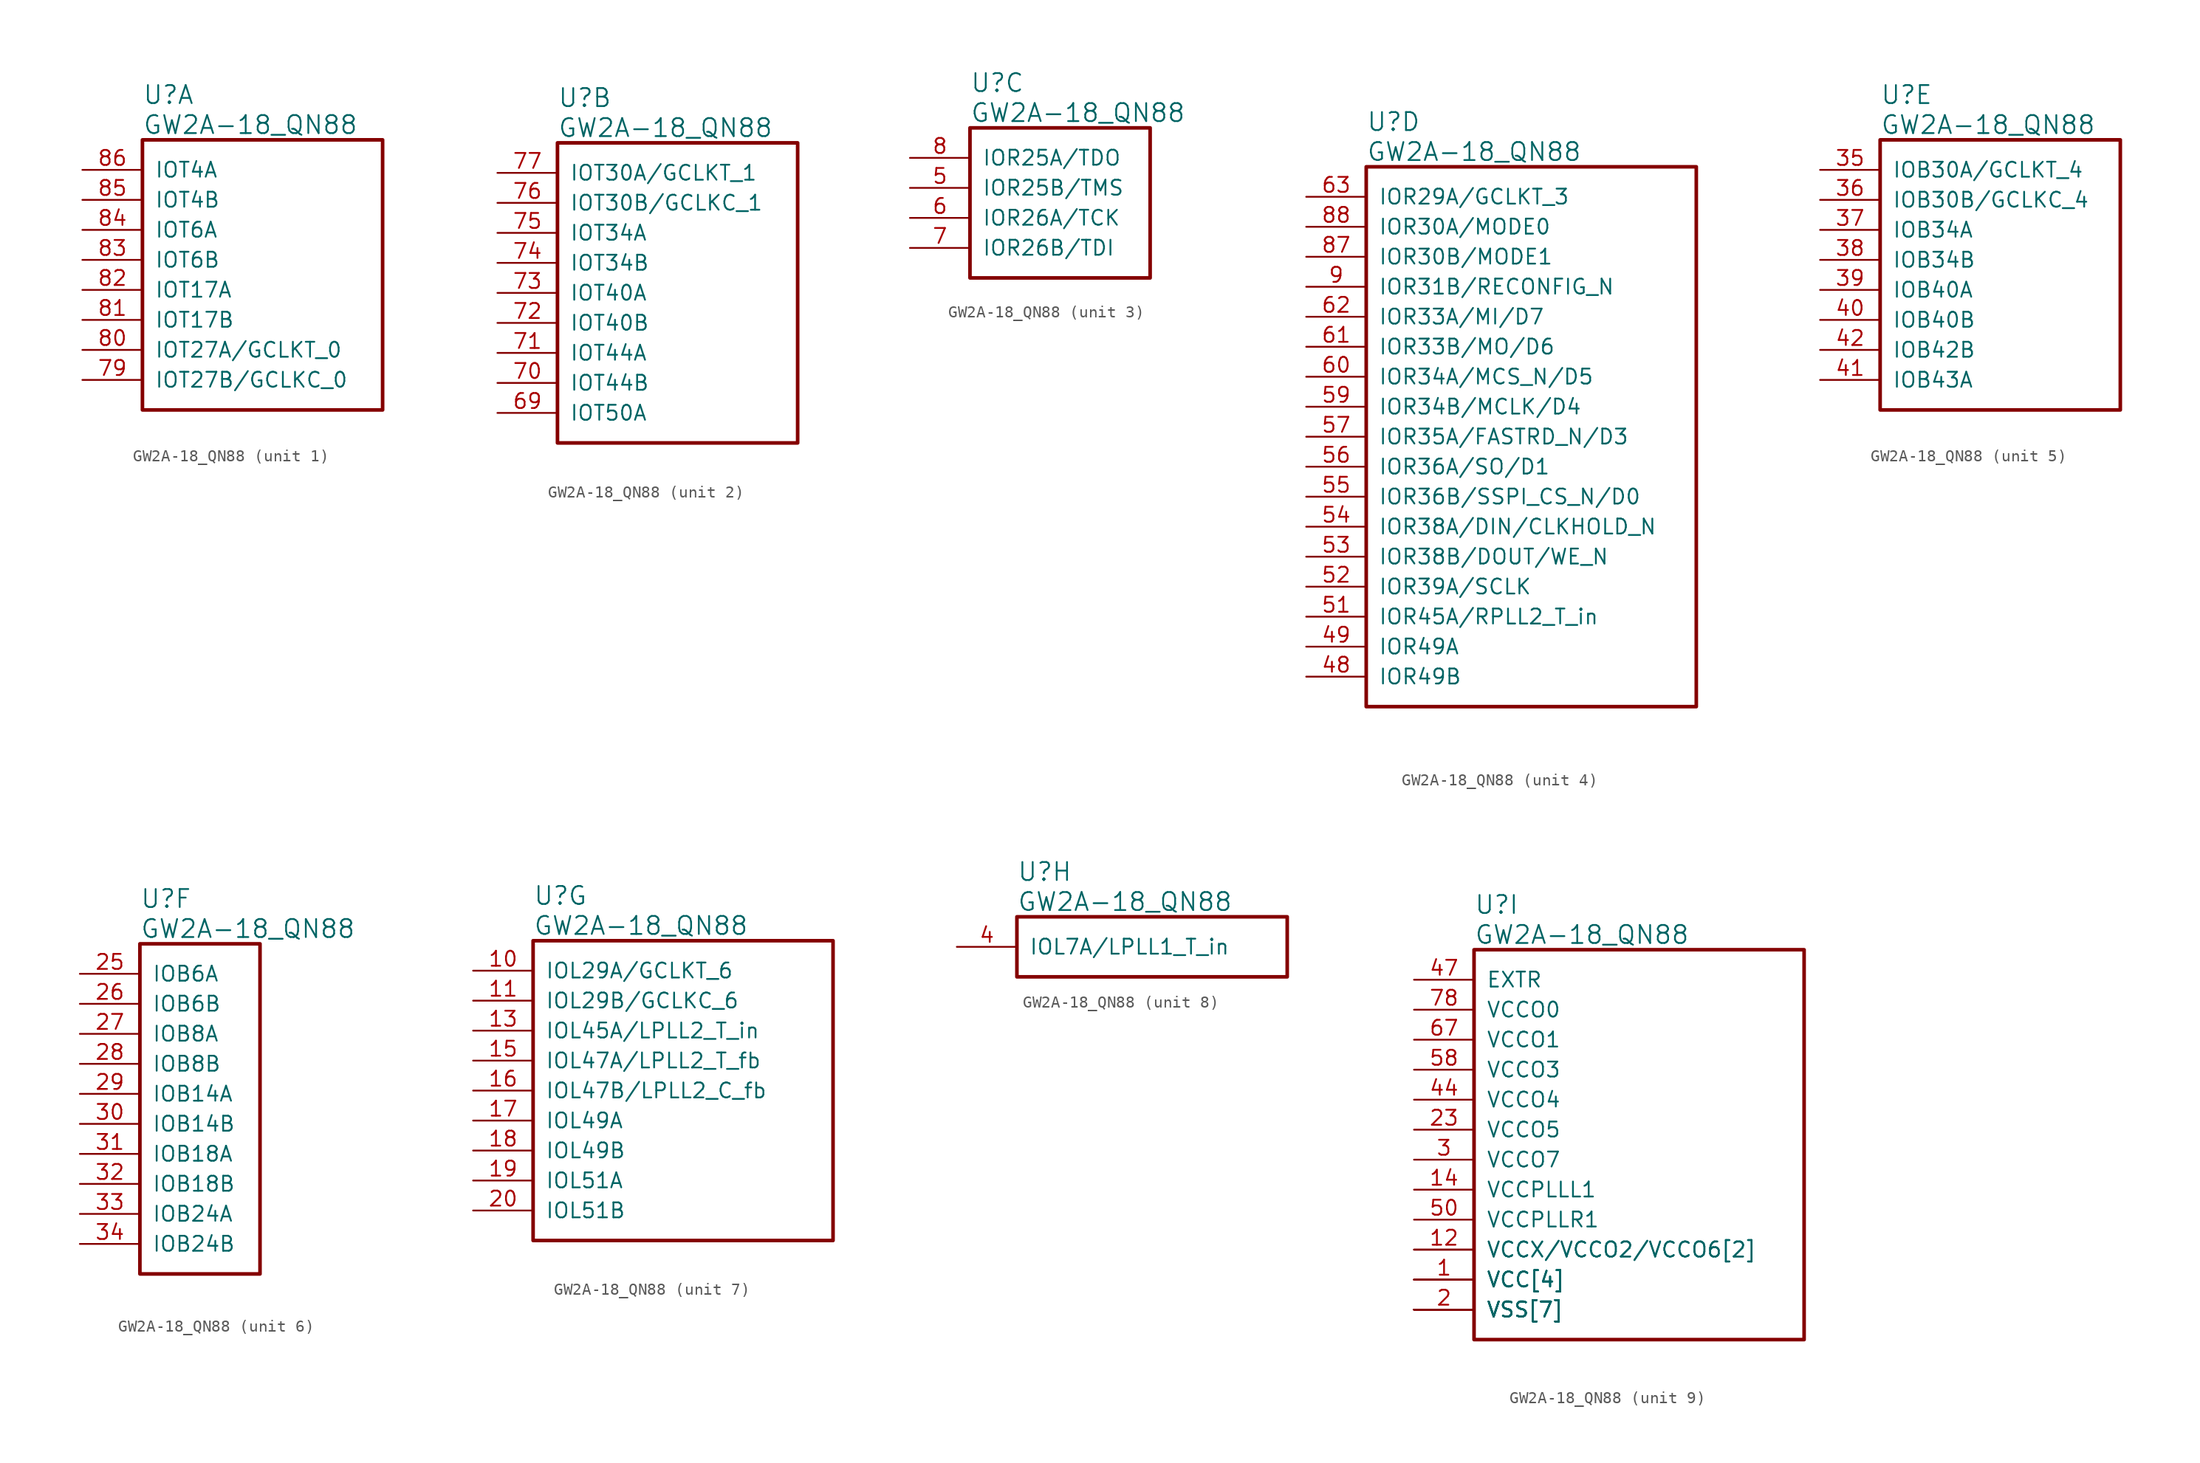
<source format=kicad_sym>
(kicad_symbol_lib
  (version 20211014)
  (generator kicad_symbol_editor)
  (symbol "GW2A-18_QN88"
    (pin_names
      (offset 1.016))
    (property "Reference" "U"
      (at 5.08 6.35 0)
      (effects (font (size 1.524 1.524)) (justify left)))
    (property "Value" "GW2A-18_QN88"
      (at 5.08 3.81 0)
      (effects (font (size 1.524 1.524)) (justify left)))
    (property "ki_locked" ""
      (at 0 0 0)
      (effects (font (size 1.27 1.27))))
    (symbol "GW2A-18_QN88_1_1"
      (rectangle (start 5.08 2.54) (end 25.4 -20.32) (stroke (width 0.305) (type default) (color 0 0 0 0)) (fill (type none)))
      (pin bidirectional line (at 0 -17.78 0) (length 5.08) (name "IOT27B/GCLKC_0" (effects (font (size 1.27 1.27)))) (number "79" (effects (font (size 1.27 1.27)))))
      (pin bidirectional line (at 0 -15.24 0) (length 5.08) (name "IOT27A/GCLKT_0" (effects (font (size 1.27 1.27)))) (number "80" (effects (font (size 1.27 1.27)))))
      (pin bidirectional line (at 0 -12.7 0) (length 5.08) (name "IOT17B" (effects (font (size 1.27 1.27)))) (number "81" (effects (font (size 1.27 1.27)))))
      (pin bidirectional line (at 0 -10.16 0) (length 5.08) (name "IOT17A" (effects (font (size 1.27 1.27)))) (number "82" (effects (font (size 1.27 1.27)))))
      (pin bidirectional line (at 0 -7.62 0) (length 5.08) (name "IOT6B" (effects (font (size 1.27 1.27)))) (number "83" (effects (font (size 1.27 1.27)))))
      (pin bidirectional line (at 0 -5.08 0) (length 5.08) (name "IOT6A" (effects (font (size 1.27 1.27)))) (number "84" (effects (font (size 1.27 1.27)))))
      (pin bidirectional line (at 0 -2.54 0) (length 5.08) (name "IOT4B" (effects (font (size 1.27 1.27)))) (number "85" (effects (font (size 1.27 1.27)))))
      (pin bidirectional line (at 0 0 0) (length 5.08) (name "IOT4A" (effects (font (size 1.27 1.27)))) (number "86" (effects (font (size 1.27 1.27))))))
    (symbol "GW2A-18_QN88_2_1"
      (rectangle (start 5.08 2.54) (end 25.4 -22.86) (stroke (width 0.305) (type default) (color 0 0 0 0)) (fill (type none)))
      (pin bidirectional line (at 0 -20.32 0) (length 5.08) (name "IOT50A" (effects (font (size 1.27 1.27)))) (number "69" (effects (font (size 1.27 1.27)))))
      (pin bidirectional line (at 0 -17.78 0) (length 5.08) (name "IOT44B" (effects (font (size 1.27 1.27)))) (number "70" (effects (font (size 1.27 1.27)))))
      (pin bidirectional line (at 0 -15.24 0) (length 5.08) (name "IOT44A" (effects (font (size 1.27 1.27)))) (number "71" (effects (font (size 1.27 1.27)))))
      (pin bidirectional line (at 0 -12.7 0) (length 5.08) (name "IOT40B" (effects (font (size 1.27 1.27)))) (number "72" (effects (font (size 1.27 1.27)))))
      (pin bidirectional line (at 0 -10.16 0) (length 5.08) (name "IOT40A" (effects (font (size 1.27 1.27)))) (number "73" (effects (font (size 1.27 1.27)))))
      (pin bidirectional line (at 0 -7.62 0) (length 5.08) (name "IOT34B" (effects (font (size 1.27 1.27)))) (number "74" (effects (font (size 1.27 1.27)))))
      (pin bidirectional line (at 0 -5.08 0) (length 5.08) (name "IOT34A" (effects (font (size 1.27 1.27)))) (number "75" (effects (font (size 1.27 1.27)))))
      (pin bidirectional line (at 0 -2.54 0) (length 5.08) (name "IOT30B/GCLKC_1" (effects (font (size 1.27 1.27)))) (number "76" (effects (font (size 1.27 1.27)))))
      (pin bidirectional line (at 0 0 0) (length 5.08) (name "IOT30A/GCLKT_1" (effects (font (size 1.27 1.27)))) (number "77" (effects (font (size 1.27 1.27))))))
    (symbol "GW2A-18_QN88_3_1"
      (rectangle (start 5.08 2.54) (end 20.32 -10.16) (stroke (width 0.305) (type default) (color 0 0 0 0)) (fill (type none)))
      (pin bidirectional line (at 0 -2.54 0) (length 5.08) (name "IOR25B/TMS" (effects (font (size 1.27 1.27)))) (number "5" (effects (font (size 1.27 1.27)))))
      (pin bidirectional line (at 0 -5.08 0) (length 5.08) (name "IOR26A/TCK" (effects (font (size 1.27 1.27)))) (number "6" (effects (font (size 1.27 1.27)))))
      (pin bidirectional line (at 0 -7.62 0) (length 5.08) (name "IOR26B/TDI" (effects (font (size 1.27 1.27)))) (number "7" (effects (font (size 1.27 1.27)))))
      (pin bidirectional line (at 0 0 0) (length 5.08) (name "IOR25A/TDO" (effects (font (size 1.27 1.27)))) (number "8" (effects (font (size 1.27 1.27))))))
    (symbol "GW2A-18_QN88_4_1"
      (rectangle (start 5.08 2.54) (end 33.02 -43.18) (stroke (width 0.305) (type default) (color 0 0 0 0)) (fill (type none)))
      (pin bidirectional line (at 0 -40.64 0) (length 5.08) (name "IOR49B" (effects (font (size 1.27 1.27)))) (number "48" (effects (font (size 1.27 1.27)))))
      (pin bidirectional line (at 0 -38.1 0) (length 5.08) (name "IOR49A" (effects (font (size 1.27 1.27)))) (number "49" (effects (font (size 1.27 1.27)))))
      (pin bidirectional line (at 0 -35.56 0) (length 5.08) (name "IOR45A/RPLL2_T_in" (effects (font (size 1.27 1.27)))) (number "51" (effects (font (size 1.27 1.27)))))
      (pin bidirectional line (at 0 -33.02 0) (length 5.08) (name "IOR39A/SCLK" (effects (font (size 1.27 1.27)))) (number "52" (effects (font (size 1.27 1.27)))))
      (pin bidirectional line (at 0 -30.48 0) (length 5.08) (name "IOR38B/DOUT/WE_N" (effects (font (size 1.27 1.27)))) (number "53" (effects (font (size 1.27 1.27)))))
      (pin bidirectional line (at 0 -27.94 0) (length 5.08) (name "IOR38A/DIN/CLKHOLD_N" (effects (font (size 1.27 1.27)))) (number "54" (effects (font (size 1.27 1.27)))))
      (pin bidirectional line (at 0 -25.4 0) (length 5.08) (name "IOR36B/SSPI_CS_N/D0" (effects (font (size 1.27 1.27)))) (number "55" (effects (font (size 1.27 1.27)))))
      (pin bidirectional line (at 0 -22.86 0) (length 5.08) (name "IOR36A/SO/D1" (effects (font (size 1.27 1.27)))) (number "56" (effects (font (size 1.27 1.27)))))
      (pin bidirectional line (at 0 -20.32 0) (length 5.08) (name "IOR35A/FASTRD_N/D3" (effects (font (size 1.27 1.27)))) (number "57" (effects (font (size 1.27 1.27)))))
      (pin bidirectional line (at 0 -17.78 0) (length 5.08) (name "IOR34B/MCLK/D4" (effects (font (size 1.27 1.27)))) (number "59" (effects (font (size 1.27 1.27)))))
      (pin bidirectional line (at 0 -15.24 0) (length 5.08) (name "IOR34A/MCS_N/D5" (effects (font (size 1.27 1.27)))) (number "60" (effects (font (size 1.27 1.27)))))
      (pin bidirectional line (at 0 -12.7 0) (length 5.08) (name "IOR33B/MO/D6" (effects (font (size 1.27 1.27)))) (number "61" (effects (font (size 1.27 1.27)))))
      (pin bidirectional line (at 0 -10.16 0) (length 5.08) (name "IOR33A/MI/D7" (effects (font (size 1.27 1.27)))) (number "62" (effects (font (size 1.27 1.27)))))
      (pin bidirectional line (at 0 0 0) (length 5.08) (name "IOR29A/GCLKT_3" (effects (font (size 1.27 1.27)))) (number "63" (effects (font (size 1.27 1.27)))))
      (pin bidirectional line (at 0 -5.08 0) (length 5.08) (name "IOR30B/MODE1" (effects (font (size 1.27 1.27)))) (number "87" (effects (font (size 1.27 1.27)))))
      (pin bidirectional line (at 0 -2.54 0) (length 5.08) (name "IOR30A/MODE0" (effects (font (size 1.27 1.27)))) (number "88" (effects (font (size 1.27 1.27)))))
      (pin bidirectional line (at 0 -7.62 0) (length 5.08) (name "IOR31B/RECONFIG_N" (effects (font (size 1.27 1.27)))) (number "9" (effects (font (size 1.27 1.27))))))
    (symbol "GW2A-18_QN88_5_1"
      (rectangle (start 5.08 2.54) (end 25.4 -20.32) (stroke (width 0.305) (type default) (color 0 0 0 0)) (fill (type none)))
      (pin bidirectional line (at 0 0 0) (length 5.08) (name "IOB30A/GCLKT_4" (effects (font (size 1.27 1.27)))) (number "35" (effects (font (size 1.27 1.27)))))
      (pin bidirectional line (at 0 -2.54 0) (length 5.08) (name "IOB30B/GCLKC_4" (effects (font (size 1.27 1.27)))) (number "36" (effects (font (size 1.27 1.27)))))
      (pin bidirectional line (at 0 -5.08 0) (length 5.08) (name "IOB34A" (effects (font (size 1.27 1.27)))) (number "37" (effects (font (size 1.27 1.27)))))
      (pin bidirectional line (at 0 -7.62 0) (length 5.08) (name "IOB34B" (effects (font (size 1.27 1.27)))) (number "38" (effects (font (size 1.27 1.27)))))
      (pin bidirectional line (at 0 -10.16 0) (length 5.08) (name "IOB40A" (effects (font (size 1.27 1.27)))) (number "39" (effects (font (size 1.27 1.27)))))
      (pin bidirectional line (at 0 -12.7 0) (length 5.08) (name "IOB40B" (effects (font (size 1.27 1.27)))) (number "40" (effects (font (size 1.27 1.27)))))
      (pin bidirectional line (at 0 -17.78 0) (length 5.08) (name "IOB43A" (effects (font (size 1.27 1.27)))) (number "41" (effects (font (size 1.27 1.27)))))
      (pin bidirectional line (at 0 -15.24 0) (length 5.08) (name "IOB42B" (effects (font (size 1.27 1.27)))) (number "42" (effects (font (size 1.27 1.27))))))
    (symbol "GW2A-18_QN88_6_1"
      (rectangle (start 5.08 2.54) (end 15.24 -25.4) (stroke (width 0.305) (type default) (color 0 0 0 0)) (fill (type none)))
      (pin bidirectional line (at 0 0 0) (length 5.08) (name "IOB6A" (effects (font (size 1.27 1.27)))) (number "25" (effects (font (size 1.27 1.27)))))
      (pin bidirectional line (at 0 -2.54 0) (length 5.08) (name "IOB6B" (effects (font (size 1.27 1.27)))) (number "26" (effects (font (size 1.27 1.27)))))
      (pin bidirectional line (at 0 -5.08 0) (length 5.08) (name "IOB8A" (effects (font (size 1.27 1.27)))) (number "27" (effects (font (size 1.27 1.27)))))
      (pin bidirectional line (at 0 -7.62 0) (length 5.08) (name "IOB8B" (effects (font (size 1.27 1.27)))) (number "28" (effects (font (size 1.27 1.27)))))
      (pin bidirectional line (at 0 -10.16 0) (length 5.08) (name "IOB14A" (effects (font (size 1.27 1.27)))) (number "29" (effects (font (size 1.27 1.27)))))
      (pin bidirectional line (at 0 -12.7 0) (length 5.08) (name "IOB14B" (effects (font (size 1.27 1.27)))) (number "30" (effects (font (size 1.27 1.27)))))
      (pin bidirectional line (at 0 -15.24 0) (length 5.08) (name "IOB18A" (effects (font (size 1.27 1.27)))) (number "31" (effects (font (size 1.27 1.27)))))
      (pin bidirectional line (at 0 -17.78 0) (length 5.08) (name "IOB18B" (effects (font (size 1.27 1.27)))) (number "32" (effects (font (size 1.27 1.27)))))
      (pin bidirectional line (at 0 -20.32 0) (length 5.08) (name "IOB24A" (effects (font (size 1.27 1.27)))) (number "33" (effects (font (size 1.27 1.27)))))
      (pin bidirectional line (at 0 -22.86 0) (length 5.08) (name "IOB24B" (effects (font (size 1.27 1.27)))) (number "34" (effects (font (size 1.27 1.27))))))
    (symbol "GW2A-18_QN88_7_1"
      (rectangle (start 5.08 2.54) (end 30.48 -22.86) (stroke (width 0.305) (type default) (color 0 0 0 0)) (fill (type none)))
      (pin bidirectional line (at 0 0 0) (length 5.08) (name "IOL29A/GCLKT_6" (effects (font (size 1.27 1.27)))) (number "10" (effects (font (size 1.27 1.27)))))
      (pin bidirectional line (at 0 -2.54 0) (length 5.08) (name "IOL29B/GCLKC_6" (effects (font (size 1.27 1.27)))) (number "11" (effects (font (size 1.27 1.27)))))
      (pin bidirectional line (at 0 -5.08 0) (length 5.08) (name "IOL45A/LPLL2_T_in" (effects (font (size 1.27 1.27)))) (number "13" (effects (font (size 1.27 1.27)))))
      (pin bidirectional line (at 0 -7.62 0) (length 5.08) (name "IOL47A/LPLL2_T_fb" (effects (font (size 1.27 1.27)))) (number "15" (effects (font (size 1.27 1.27)))))
      (pin bidirectional line (at 0 -10.16 0) (length 5.08) (name "IOL47B/LPLL2_C_fb" (effects (font (size 1.27 1.27)))) (number "16" (effects (font (size 1.27 1.27)))))
      (pin bidirectional line (at 0 -12.7 0) (length 5.08) (name "IOL49A" (effects (font (size 1.27 1.27)))) (number "17" (effects (font (size 1.27 1.27)))))
      (pin bidirectional line (at 0 -15.24 0) (length 5.08) (name "IOL49B" (effects (font (size 1.27 1.27)))) (number "18" (effects (font (size 1.27 1.27)))))
      (pin bidirectional line (at 0 -17.78 0) (length 5.08) (name "IOL51A" (effects (font (size 1.27 1.27)))) (number "19" (effects (font (size 1.27 1.27)))))
      (pin bidirectional line (at 0 -20.32 0) (length 5.08) (name "IOL51B" (effects (font (size 1.27 1.27)))) (number "20" (effects (font (size 1.27 1.27))))))
    (symbol "GW2A-18_QN88_8_1"
      (rectangle (start 5.08 2.54) (end 27.94 -2.54) (stroke (width 0.305) (type default) (color 0 0 0 0)) (fill (type none)))
      (pin bidirectional line (at 0 0 0) (length 5.08) (name "IOL7A/LPLL1_T_in" (effects (font (size 1.27 1.27)))) (number "4" (effects (font (size 1.27 1.27))))))
    (symbol "GW2A-18_QN88_9_1"
      (rectangle (start 5.08 2.54) (end 33.02 -30.48) (stroke (width 0.305) (type default) (color 0 0 0 0)) (fill (type none)))
      (pin power_in line (at 0 -25.4 0) (length 5.08) (name "VCC[4]" (effects (font (size 1.27 1.27)))) (number "1" (effects (font (size 1.27 1.27)))))
      (pin power_in line (at 0 -22.86 0) (length 5.08) (name "VCCX/VCCO2/VCCO6[2]" (effects (font (size 1.27 1.27)))) (number "12" (effects (font (size 1.27 1.27)))))
      (pin power_in line (at 0 -17.78 0) (length 5.08) (name "VCCPLLL1" (effects (font (size 1.27 1.27)))) (number "14" (effects (font (size 1.27 1.27)))))
      (pin power_in line (at 0 -27.94 0) (length 5.08) (name "VSS[7]" (effects (font (size 1.27 1.27)))) (number "2" (effects (font (size 1.27 1.27)))))
      (pin power_in line (at 0 -27.94 0) (length 5.08) (name "VSS[7]" (effects (font (size 1.27 1.27)))) (number "21" (effects (font (size 0 0)))))
      (pin power_in line (at 0 -25.4 0) (length 5.08) (name "VCC[4]" (effects (font (size 1.27 1.27)))) (number "22" (effects (font (size 0 0)))))
      (pin power_in line (at 0 -12.7 0) (length 5.08) (name "VCCO5" (effects (font (size 1.27 1.27)))) (number "23" (effects (font (size 1.27 1.27)))))
      (pin power_in line (at 0 -27.94 0) (length 5.08) (name "VSS[7]" (effects (font (size 1.27 1.27)))) (number "24" (effects (font (size 0 0)))))
      (pin power_in line (at 0 -15.24 0) (length 5.08) (name "VCCO7" (effects (font (size 1.27 1.27)))) (number "3" (effects (font (size 1.27 1.27)))))
      (pin power_in line (at 0 -27.94 0) (length 5.08) (name "VSS[7]" (effects (font (size 1.27 1.27)))) (number "43" (effects (font (size 0 0)))))
      (pin power_in line (at 0 -10.16 0) (length 5.08) (name "VCCO4" (effects (font (size 1.27 1.27)))) (number "44" (effects (font (size 1.27 1.27)))))
      (pin power_in line (at 0 -25.4 0) (length 5.08) (name "VCC[4]" (effects (font (size 1.27 1.27)))) (number "45" (effects (font (size 0 0)))))
      (pin power_in line (at 0 -27.94 0) (length 5.08) (name "VSS[7]" (effects (font (size 1.27 1.27)))) (number "46" (effects (font (size 0 0)))))
      (pin power_in line (at 0 0 0) (length 5.08) (name "EXTR" (effects (font (size 1.27 1.27)))) (number "47" (effects (font (size 1.27 1.27)))))
      (pin power_in line (at 0 -20.32 0) (length 5.08) (name "VCCPLLR1" (effects (font (size 1.27 1.27)))) (number "50" (effects (font (size 1.27 1.27)))))
      (pin power_in line (at 0 -7.62 0) (length 5.08) (name "VCCO3" (effects (font (size 1.27 1.27)))) (number "58" (effects (font (size 1.27 1.27)))))
      (pin power_in line (at 0 -22.86 0) (length 5.08) (name "VCCX/VCCO2/VCCO6[2]" (effects (font (size 1.27 1.27)))) (number "64" (effects (font (size 0 0)))))
      (pin power_in line (at 0 -27.94 0) (length 5.08) (name "VSS[7]" (effects (font (size 1.27 1.27)))) (number "65" (effects (font (size 0 0)))))
      (pin power_in line (at 0 -25.4 0) (length 5.08) (name "VCC[4]" (effects (font (size 1.27 1.27)))) (number "66" (effects (font (size 0 0)))))
      (pin power_in line (at 0 -5.08 0) (length 5.08) (name "VCCO1" (effects (font (size 1.27 1.27)))) (number "67" (effects (font (size 1.27 1.27)))))
      (pin power_in line (at 0 -27.94 0) (length 5.08) (name "VSS[7]" (effects (font (size 1.27 1.27)))) (number "68" (effects (font (size 0 0)))))
      (pin power_in line (at 0 -2.54 0) (length 5.08) (name "VCCO0" (effects (font (size 1.27 1.27)))) (number "78" (effects (font (size 1.27 1.27))))))))
</source>
